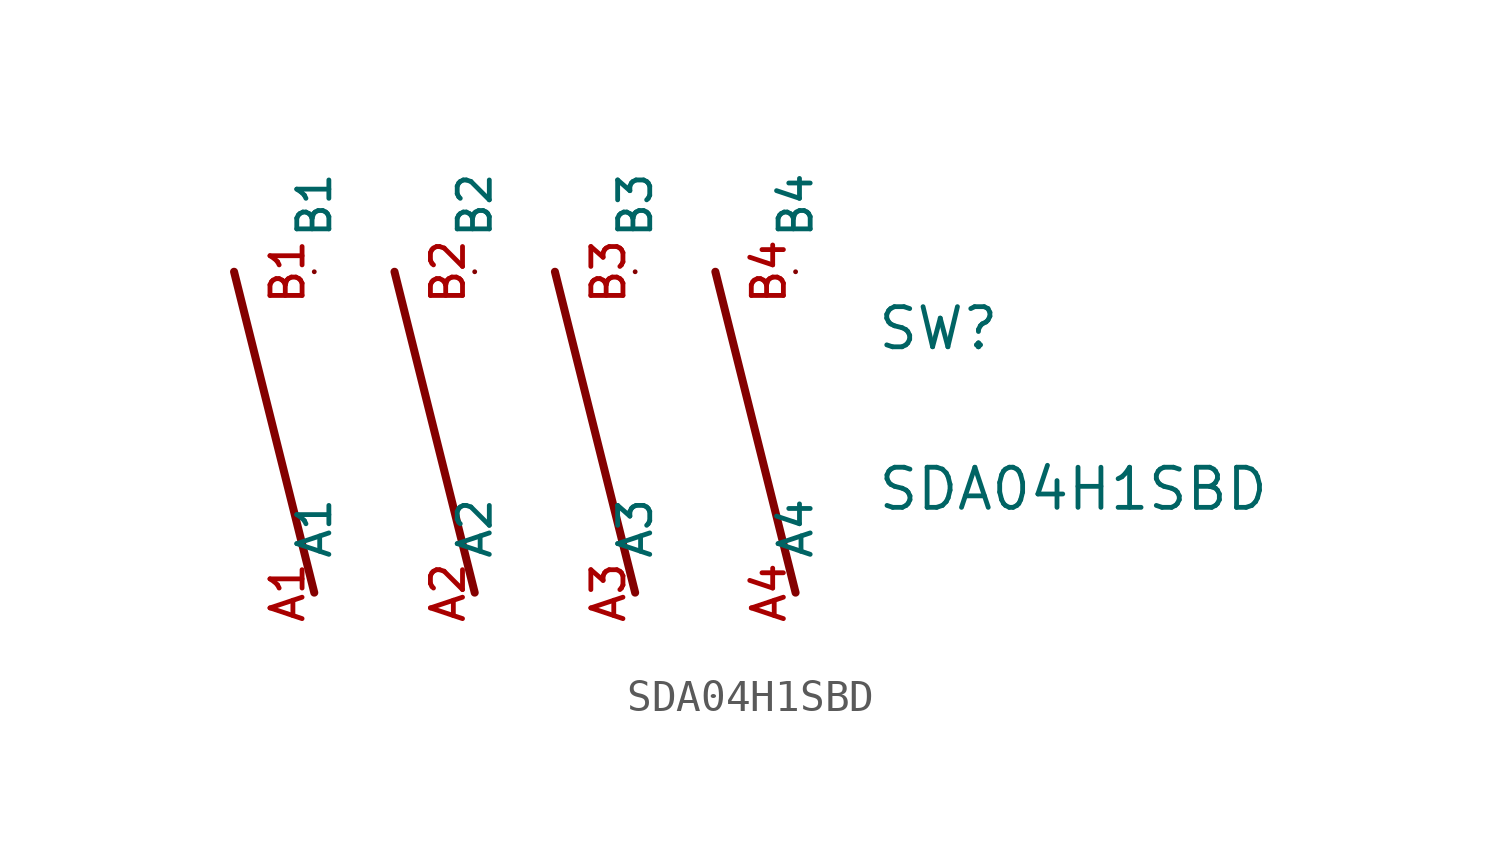
<source format=kicad_sym>
(kicad_symbol_lib
  (version 20211014)
  (generator kicad_symbol_editor)
  (symbol "SDA04H1SBD"
    (pin_names
      (offset 1.016))
    (property "Reference" "SW"
      (at 10.165 2.541 0)
      (effects (font (size 1.27 1.27)) (justify bottom left)))
    (property "Value" "SDA04H1SBD"
      (at 10.173 -2.543 0)
      (effects (font (size 1.27 1.27)) (justify bottom left)))
    (symbol "SDA04H1SBD_0_0"
      (polyline (pts (xy -7.62 -5.08) (xy -10.16 5.08)) (stroke (width 0.254)))
      (polyline (pts (xy -2.54 -5.08) (xy -5.08 5.08)) (stroke (width 0.254)))
      (polyline (pts (xy 2.54 -5.08) (xy 0.0 5.08)) (stroke (width 0.254)))
      (polyline (pts (xy 7.62 -5.08) (xy 5.08 5.08)) (stroke (width 0.254)))
      (pin passive line (at -7.62 -5.08 90.0) (length 0) (name "A1" (effects (font (size 1.016 1.016)))) (number "A1" (effects (font (size 1.016 1.016)))))
      (pin passive line (at -2.54 -5.08 90.0) (length 0) (name "A2" (effects (font (size 1.016 1.016)))) (number "A2" (effects (font (size 1.016 1.016)))))
      (pin passive line (at 2.54 -5.08 90.0) (length 0) (name "A3" (effects (font (size 1.016 1.016)))) (number "A3" (effects (font (size 1.016 1.016)))))
      (pin passive line (at 7.62 -5.08 90.0) (length 0) (name "A4" (effects (font (size 1.016 1.016)))) (number "A4" (effects (font (size 1.016 1.016)))))
      (pin passive line (at -7.62 5.08 90.0) (length 0) (name "B1" (effects (font (size 1.016 1.016)))) (number "B1" (effects (font (size 1.016 1.016)))))
      (pin passive line (at -2.54 5.08 90.0) (length 0) (name "B2" (effects (font (size 1.016 1.016)))) (number "B2" (effects (font (size 1.016 1.016)))))
      (pin passive line (at 2.54 5.08 90.0) (length 0) (name "B3" (effects (font (size 1.016 1.016)))) (number "B3" (effects (font (size 1.016 1.016)))))
      (pin passive line (at 7.62 5.08 90.0) (length 0) (name "B4" (effects (font (size 1.016 1.016)))) (number "B4" (effects (font (size 1.016 1.016))))))))
</source>
